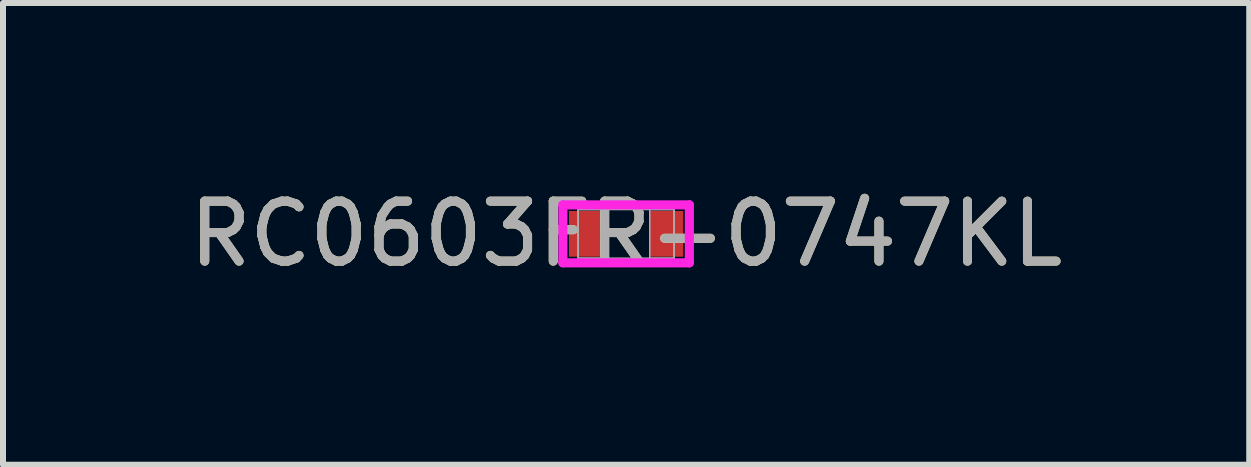
<source format=kicad_pcb>
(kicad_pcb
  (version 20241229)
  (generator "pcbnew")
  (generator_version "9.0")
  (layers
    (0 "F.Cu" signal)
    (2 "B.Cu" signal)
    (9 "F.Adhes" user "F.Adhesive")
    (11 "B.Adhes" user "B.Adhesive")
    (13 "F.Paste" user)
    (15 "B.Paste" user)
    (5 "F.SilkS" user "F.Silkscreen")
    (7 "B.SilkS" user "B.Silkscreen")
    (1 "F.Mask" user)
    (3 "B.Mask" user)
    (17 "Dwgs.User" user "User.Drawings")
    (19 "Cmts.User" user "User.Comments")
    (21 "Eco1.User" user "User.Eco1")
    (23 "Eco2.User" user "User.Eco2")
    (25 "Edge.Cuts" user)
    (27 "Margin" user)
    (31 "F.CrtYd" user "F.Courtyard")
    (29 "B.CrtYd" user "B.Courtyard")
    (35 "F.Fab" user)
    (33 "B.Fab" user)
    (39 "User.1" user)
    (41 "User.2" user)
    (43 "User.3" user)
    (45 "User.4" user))
  (footprint "RC0603FR-0747KL"
    (layer "F.Cu")
    (at 7.387 0.848)
    (property "Reference" "RC0603FR-0747KL" (at 0 0 0) (unlocked yes) (layer "F.SilkS") (effects (font (size 1 1) (thickness 0.15))))
    (attr smd)
    (fp_line (start -1.054 -0.483) (end 1.054 -0.483) (stroke (width 0.152) (type solid)) (layer "F.CrtYd"))
    (fp_line (start -1.054 0.483) (end -1.054 -0.483) (stroke (width 0.152) (type solid)) (layer "F.CrtYd"))
    (fp_line (start 1.054 -0.483) (end 1.054 0.483) (stroke (width 0.152) (type solid)) (layer "F.CrtYd"))
    (fp_line (start 1.054 0.483) (end -1.054 0.483) (stroke (width 0.152) (type solid)) (layer "F.CrtYd"))
    (fp_line (start -0.8 -0.406) (end -0.8 0.406) (stroke (width 0.025) (type solid)) (layer "F.Fab"))
    (fp_line (start -0.8 -0.406) (end -0.8 0.406) (stroke (width 0.025) (type solid)) (layer "F.Fab"))
    (fp_line (start -0.8 0.406) (end -0.394 0.406) (stroke (width 0.025) (type solid)) (layer "F.Fab"))
    (fp_line (start -0.8 0.406) (end 0.8 0.406) (stroke (width 0.025) (type solid)) (layer "F.Fab"))
    (fp_line (start -0.394 -0.406) (end -0.8 -0.406) (stroke (width 0.025) (type solid)) (layer "F.Fab"))
    (fp_line (start -0.394 0.406) (end -0.394 -0.406) (stroke (width 0.025) (type solid)) (layer "F.Fab"))
    (fp_line (start 0.394 -0.406) (end 0.394 0.406) (stroke (width 0.025) (type solid)) (layer "F.Fab"))
    (fp_line (start 0.394 0.406) (end 0.8 0.406) (stroke (width 0.025) (type solid)) (layer "F.Fab"))
    (fp_line (start 0.8 -0.406) (end -0.8 -0.406) (stroke (width 0.025) (type solid)) (layer "F.Fab"))
    (fp_line (start 0.8 -0.406) (end 0.394 -0.406) (stroke (width 0.025) (type solid)) (layer "F.Fab"))
    (fp_line (start 0.8 0.406) (end 0.8 -0.406) (stroke (width 0.025) (type solid)) (layer "F.Fab"))
    (fp_line (start 0.8 0.406) (end 0.8 -0.406) (stroke (width 0.025) (type solid)) (layer "F.Fab"))
    (fp_text user "${REFERENCE}" (at 0 0 0) (unlocked yes) (layer "F.Fab") (effects (font (size 1 1) (thickness 0.15))))
    (pad "1" smd rect (at -0.673 0) (size 0.559 0.762) (layers "F.Cu" "F.Mask" "F.Paste"))
    (pad "2" smd rect (at 0.673 0) (size 0.559 0.762) (layers "F.Cu" "F.Mask" "F.Paste"))
    (zone (net_name "") (layer "F.Cu") (hatch full 0.508) (connect_pads) (min_thickness 0.254) (filled_areas_thickness no) (keepout (tracks not_allowed) (vias not_allowed) (pads allowed) (copperpour not_allowed) (footprints allowed)) (placement (enabled no)) (fill) (polygon (pts (xy 7.044 0.493) (xy 7.73 0.493) (xy 7.73 1.204) (xy 7.044 1.204)))))
  (gr_rect
    (start -3 -3)
    (end 17.774 4.697)
    (stroke (width 0.1) (type default))
    (fill no)
    (layer "Edge.Cuts")))
</source>
